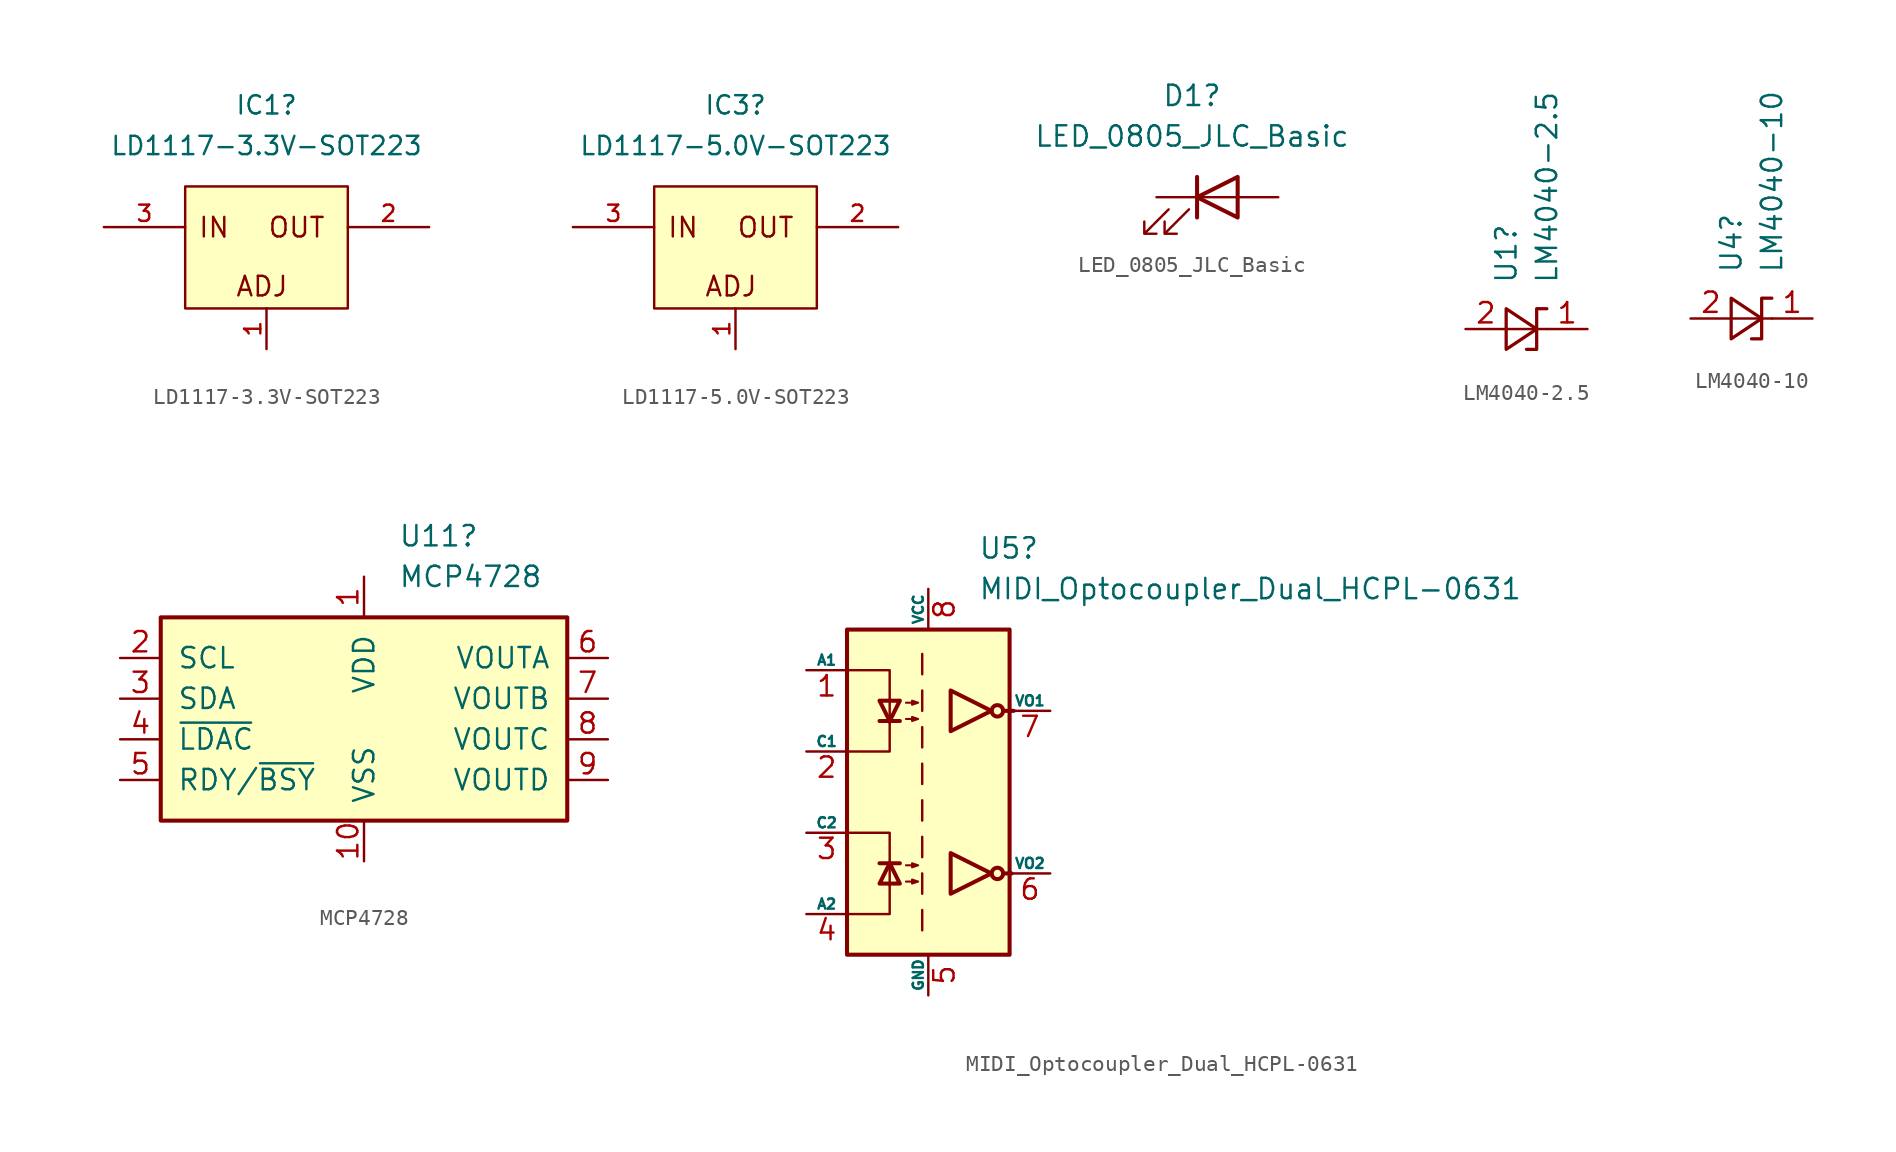
<source format=kicad_sym>
(kicad_symbol_lib
  (version 20241209)
  (generator "kicad_symbol_editor")
  (generator_version "9.0")
  (symbol "LD1117-3.3V-SOT223"
    (pin_names
      (offset 1.016)
      (hide yes))
    (property "Reference" "IC1"
      (at 0 8.89 0)
      (effects (font (size 1.143 1.143))))
    (property "Value" "LD1117-3.3V-SOT223"
      (at 0 6.35 0)
      (effects (font (size 1.143 1.143))))
    (symbol "LD1117-3.3V-SOT223_1_0"
      (rectangle (start -5.08 3.81) (end 5.08 -3.81) (stroke (width 0) (type default)) (fill (type background)))
      (text "IN" (at -3.277 1.245 0) (effects (font (size 1.219 1.219))))
      (text "ADJ" (at -0.279 -2.438 0) (effects (font (size 1.219 1.219))))
      (text "OUT" (at 1.88 1.245 0) (effects (font (size 1.219 1.219)))))
    (symbol "LD1117-3.3V-SOT223_1_1"
      (pin input line (at -10.16 1.27 0) (length 5.08) (name "IN" (effects (font (size 1.016 1.016)))) (number "3" (effects (font (size 1.016 1.016)))))
      (pin input line (at 0 -6.35 90) (length 2.54) (name "ADJ" (effects (font (size 1.016 1.016)))) (number "1" (effects (font (size 1.016 1.016)))))
      (pin passive line (at 10.16 1.27 180) (length 5.08) (name "OUT" (effects (font (size 1.016 1.016)))) (number "2" (effects (font (size 1.016 1.016)))))))
  (symbol "LD1117-5.0V-SOT223"
    (pin_names
      (offset 1.016)
      (hide yes))
    (property "Reference" "IC3"
      (at 0 8.89 0)
      (effects (font (size 1.143 1.143))))
    (property "Value" "LD1117-5.0V-SOT223"
      (at 0 6.35 0)
      (effects (font (size 1.143 1.143))))
    (symbol "LD1117-5.0V-SOT223_1_0"
      (rectangle (start -5.08 3.81) (end 5.08 -3.81) (stroke (width 0) (type default)) (fill (type background)))
      (text "IN" (at -3.277 1.245 0) (effects (font (size 1.219 1.219))))
      (text "ADJ" (at -0.279 -2.438 0) (effects (font (size 1.219 1.219))))
      (text "OUT" (at 1.88 1.245 0) (effects (font (size 1.219 1.219)))))
    (symbol "LD1117-5.0V-SOT223_1_1"
      (pin input line (at -10.16 1.27 0) (length 5.08) (name "IN" (effects (font (size 1.016 1.016)))) (number "3" (effects (font (size 1.016 1.016)))))
      (pin input line (at 0 -6.35 90) (length 2.54) (name "ADJ" (effects (font (size 1.016 1.016)))) (number "1" (effects (font (size 1.016 1.016)))))
      (pin passive line (at 10.16 1.27 180) (length 5.08) (name "OUT" (effects (font (size 1.016 1.016)))) (number "2" (effects (font (size 1.016 1.016)))))))
  (symbol "LED_0805_JLC_Basic"
    (pin_numbers
      (hide yes))
    (pin_names
      (offset 1.016)
      (hide yes))
    (property "Reference" "D1"
      (at -1.587 6.35 0)
      (effects (font (size 1.27 1.27))))
    (property "Value" "LED_0805_JLC_Basic"
      (at -1.587 3.81 0)
      (effects (font (size 1.27 1.27))))
    (symbol "LED_0805_JLC_Basic_0_1"
      (polyline (pts (xy -3.048 -0.762) (xy -4.572 -2.286) (xy -3.81 -2.286) (xy -4.572 -2.286) (xy -4.572 -1.524)) (stroke (width 0) (type default)) (fill (type none)))
      (polyline (pts (xy -1.778 -0.762) (xy -3.302 -2.286) (xy -2.54 -2.286) (xy -3.302 -2.286) (xy -3.302 -1.524)) (stroke (width 0) (type default)) (fill (type none)))
      (polyline (pts (xy -1.27 0) (xy 1.27 0)) (stroke (width 0) (type default)) (fill (type none)))
      (polyline (pts (xy -1.27 -1.27) (xy -1.27 1.27)) (stroke (width 0.254) (type default)) (fill (type none)))
      (polyline (pts (xy 1.27 -1.27) (xy 1.27 1.27) (xy -1.27 0) (xy 1.27 -1.27)) (stroke (width 0.254) (type default)) (fill (type none))))
    (symbol "LED_0805_JLC_Basic_1_1"
      (pin passive line (at -3.81 0 0) (length 2.54) (name "K" (effects (font (size 1.27 1.27)))) (number "1" (effects (font (size 1.27 1.27)))))
      (pin passive line (at 3.81 0 180) (length 2.54) (name "A" (effects (font (size 1.27 1.27)))) (number "2" (effects (font (size 1.27 1.27)))))))
  (symbol "LM4040-2.5"
    (pin_names
      (offset 0.025)
      (hide yes))
    (property "Reference" "U1"
      (at -1.27 2.794 90)
      (effects (font (size 1.27 1.27)) (justify left)))
    (property "Value" "LM4040-2.5"
      (at 1.27 2.794 90)
      (effects (font (size 1.27 1.27)) (justify left)))
    (symbol "LM4040-2.5_0_0"
      (pin no_connect line (at 2.54 5.08 180) (length 2.54) (hide yes) (name "NC" (effects (font (size 1.27 1.27)))) (number "3" (effects (font (size 1.27 1.27))))))
    (symbol "LM4040-2.5_0_1"
      (polyline (pts (xy -1.27 0) (xy 0 0) (xy 1.27 0)) (stroke (width 0) (type default)) (fill (type none)))
      (polyline (pts (xy -1.27 -1.27) (xy 0.635 0) (xy -1.27 1.27) (xy -1.27 -1.27)) (stroke (width 0.203) (type default)) (fill (type none)))
      (polyline (pts (xy 0 -1.27) (xy 0.635 -1.27) (xy 0.635 1.27) (xy 1.27 1.27)) (stroke (width 0.203) (type default)) (fill (type none))))
    (symbol "LM4040-2.5_1_1"
      (pin passive line (at -3.81 0 0) (length 2.54) (name "A" (effects (font (size 1.27 1.27)))) (number "2" (effects (font (size 1.27 1.27)))))
      (pin passive line (at 3.81 0 180) (length 2.54) (name "K" (effects (font (size 1.27 1.27)))) (number "1" (effects (font (size 1.27 1.27)))))))
  (symbol "LM4040-10"
    (pin_names
      (offset 0.025)
      (hide yes))
    (property "Reference" "U4"
      (at -1.27 2.794 90)
      (effects (font (size 1.27 1.27)) (justify left)))
    (property "Value" "LM4040-10"
      (at 1.27 2.794 90)
      (effects (font (size 1.27 1.27)) (justify left)))
    (symbol "LM4040-10_0_1"
      (polyline (pts (xy -1.27 0) (xy 0 0) (xy 1.27 0)) (stroke (width 0) (type default)) (fill (type none)))
      (polyline (pts (xy -1.27 -1.27) (xy 0.635 0) (xy -1.27 1.27) (xy -1.27 -1.27)) (stroke (width 0.203) (type default)) (fill (type none)))
      (polyline (pts (xy 0 -1.27) (xy 0.635 -1.27) (xy 0.635 1.27) (xy 1.27 1.27)) (stroke (width 0.203) (type default)) (fill (type none))))
    (symbol "LM4040-10_1_1"
      (pin passive line (at -3.81 0 0) (length 2.54) (name "A" (effects (font (size 1.27 1.27)))) (number "2" (effects (font (size 1.27 1.27)))))
      (pin passive line (at 3.81 0 180) (length 2.54) (name "K" (effects (font (size 1.27 1.27)))) (number "1" (effects (font (size 1.27 1.27)))))))
  (symbol "MCP4728"
    (pin_names
      (offset 1.016))
    (property "Reference" "U11"
      (at 2.143 10.16 0)
      (effects (font (size 1.27 1.27)) (justify left)))
    (property "Value" "MCP4728"
      (at 2.143 7.62 0)
      (effects (font (size 1.27 1.27)) (justify left)))
    (symbol "MCP4728_0_1"
      (rectangle (start -12.7 5.08) (end 12.7 -7.62) (stroke (width 0.254) (type default)) (fill (type background))))
    (symbol "MCP4728_1_1"
      (pin input line (at -15.24 2.54 0) (length 2.54) (name "SCL" (effects (font (size 1.27 1.27)))) (number "2" (effects (font (size 1.27 1.27)))))
      (pin bidirectional line (at -15.24 0 0) (length 2.54) (name "SDA" (effects (font (size 1.27 1.27)))) (number "3" (effects (font (size 1.27 1.27)))))
      (pin input line (at -15.24 -2.54 0) (length 2.54) (name "~{LDAC}" (effects (font (size 1.27 1.27)))) (number "4" (effects (font (size 1.27 1.27)))))
      (pin output line (at -15.24 -5.08 0) (length 2.54) (name "RDY/~{BSY}" (effects (font (size 1.27 1.27)))) (number "5" (effects (font (size 1.27 1.27)))))
      (pin power_in line (at 0 7.62 270) (length 2.54) (name "VDD" (effects (font (size 1.27 1.27)))) (number "1" (effects (font (size 1.27 1.27)))))
      (pin power_in line (at 0 -10.16 90) (length 2.54) (name "VSS" (effects (font (size 1.27 1.27)))) (number "10" (effects (font (size 1.27 1.27)))))
      (pin output line (at 15.24 2.54 180) (length 2.54) (name "VOUTA" (effects (font (size 1.27 1.27)))) (number "6" (effects (font (size 1.27 1.27)))))
      (pin output line (at 15.24 0 180) (length 2.54) (name "VOUTB" (effects (font (size 1.27 1.27)))) (number "7" (effects (font (size 1.27 1.27)))))
      (pin output line (at 15.24 -2.54 180) (length 2.54) (name "VOUTC" (effects (font (size 1.27 1.27)))) (number "8" (effects (font (size 1.27 1.27)))))
      (pin output line (at 15.24 -5.08 180) (length 2.54) (name "VOUTD" (effects (font (size 1.27 1.27)))) (number "9" (effects (font (size 1.27 1.27)))))))
  (symbol "MIDI_Optocoupler_Dual_HCPL-0631"
    (pin_names
      (offset 0))
    (property "Reference" "U5"
      (at 3.118 15.24 0)
      (effects (font (size 1.27 1.27)) (justify left)))
    (property "Value" "MIDI_Optocoupler_Dual_HCPL-0631"
      (at 3.118 12.7 0)
      (effects (font (size 1.27 1.27)) (justify left)))
    (symbol "MIDI_Optocoupler_Dual_HCPL-0631_0_1"
      (rectangle (start -5.08 10.16) (end 5.08 -10.16) (stroke (width 0.254) (type default)) (fill (type background))))
    (symbol "MIDI_Optocoupler_Dual_HCPL-0631_1_1"
      (polyline (pts (xy -4.953 7.62) (xy -2.413 7.62) (xy -2.413 4.318)) (stroke (width 0) (type default)) (fill (type none)))
      (polyline (pts (xy -4.953 -7.62) (xy -2.413 -7.62) (xy -2.413 -5.715)) (stroke (width 0) (type default)) (fill (type none)))
      (polyline (pts (xy -3.048 4.445) (xy -1.778 4.445)) (stroke (width 0.254) (type default)) (fill (type none)))
      (polyline (pts (xy -3.048 -4.445) (xy -1.778 -4.445)) (stroke (width 0.254) (type default)) (fill (type none)))
      (polyline (pts (xy -2.413 4.445) (xy -2.413 2.54) (xy -4.953 2.54)) (stroke (width 0) (type default)) (fill (type none)))
      (polyline (pts (xy -2.413 4.445) (xy -3.048 5.715) (xy -1.778 5.715) (xy -2.413 4.445)) (stroke (width 0.254) (type default)) (fill (type none)))
      (polyline (pts (xy -2.413 -4.445) (xy -3.048 -5.715) (xy -1.778 -5.715) (xy -2.413 -4.445)) (stroke (width 0.254) (type default)) (fill (type none)))
      (polyline (pts (xy -2.413 -5.842) (xy -2.413 -2.54) (xy -4.953 -2.54)) (stroke (width 0) (type default)) (fill (type none)))
      (polyline (pts (xy -1.397 5.588) (xy -0.635 5.588) (xy -1.016 5.461) (xy -1.016 5.715) (xy -0.635 5.588)) (stroke (width 0.127) (type default)) (fill (type none)))
      (polyline (pts (xy -1.397 4.572) (xy -0.635 4.572) (xy -1.016 4.445) (xy -1.016 4.699) (xy -0.635 4.572)) (stroke (width 0.127) (type default)) (fill (type none)))
      (polyline (pts (xy -1.397 -4.572) (xy -0.635 -4.572) (xy -1.016 -4.699) (xy -1.016 -4.445) (xy -0.635 -4.572)) (stroke (width 0.127) (type default)) (fill (type none)))
      (polyline (pts (xy -1.397 -5.588) (xy -0.635 -5.588) (xy -1.016 -5.715) (xy -1.016 -5.461) (xy -0.635 -5.588)) (stroke (width 0.127) (type default)) (fill (type none)))
      (polyline (pts (xy -0.381 8.636) (xy -0.381 7.366)) (stroke (width 0) (type default)) (fill (type none)))
      (polyline (pts (xy -0.381 6.35) (xy -0.381 5.08)) (stroke (width 0) (type default)) (fill (type none)))
      (polyline (pts (xy -0.381 4.064) (xy -0.381 2.794)) (stroke (width 0) (type default)) (fill (type none)))
      (polyline (pts (xy -0.381 1.778) (xy -0.381 0.508)) (stroke (width 0) (type default)) (fill (type none)))
      (polyline (pts (xy -0.381 -0.508) (xy -0.381 -1.778)) (stroke (width 0) (type default)) (fill (type none)))
      (polyline (pts (xy -0.381 -2.794) (xy -0.381 -4.064)) (stroke (width 0) (type default)) (fill (type none)))
      (polyline (pts (xy -0.381 -5.08) (xy -0.381 -6.35)) (stroke (width 0) (type default)) (fill (type none)))
      (polyline (pts (xy -0.381 -7.366) (xy -0.381 -8.636)) (stroke (width 0) (type default)) (fill (type none)))
      (polyline (pts (xy 3.937 5.08) (xy 1.397 6.35) (xy 1.397 3.81) (xy 3.937 5.08)) (stroke (width 0.254) (type default)) (fill (type none)))
      (polyline (pts (xy 3.937 -5.08) (xy 1.397 -3.81) (xy 1.397 -6.35) (xy 3.937 -5.08)) (stroke (width 0.254) (type default)) (fill (type none)))
      (circle (center 4.318 5.08) (radius 0.356) (stroke (width 0.254) (type default)) (fill (type none)))
      (circle (center 4.318 -5.08) (radius 0.356) (stroke (width 0.254) (type default)) (fill (type none)))
      (polyline (pts (xy 4.699 5.08) (xy 5.334 5.08)) (stroke (width 0.254) (type default)) (fill (type none)))
      (polyline (pts (xy 4.699 -5.08) (xy 5.207 -5.08)) (stroke (width 0.254) (type default)) (fill (type none)))
      (pin passive line (at -7.62 7.62 0) (length 2.54) (name "A1" (effects (font (size 0.635 0.635)))) (number "1" (effects (font (size 1.27 1.27)))))
      (pin passive line (at -7.62 2.54 0) (length 2.54) (name "C1" (effects (font (size 0.635 0.635)))) (number "2" (effects (font (size 1.27 1.27)))))
      (pin passive line (at -7.62 -2.54 0) (length 2.54) (name "C2" (effects (font (size 0.635 0.635)))) (number "3" (effects (font (size 1.27 1.27)))))
      (pin passive line (at -7.62 -7.62 0) (length 2.54) (name "A2" (effects (font (size 0.635 0.635)))) (number "4" (effects (font (size 1.27 1.27)))))
      (pin power_in line (at 0 12.7 270) (length 2.54) (name "VCC" (effects (font (size 0.635 0.635)))) (number "8" (effects (font (size 1.27 1.27)))))
      (pin power_in line (at 0 -12.7 90) (length 2.54) (name "GND" (effects (font (size 0.635 0.635)))) (number "5" (effects (font (size 1.27 1.27)))))
      (pin open_collector line (at 7.62 5.08 180) (length 2.54) (name "VO1" (effects (font (size 0.635 0.635)))) (number "7" (effects (font (size 1.27 1.27)))))
      (pin open_collector line (at 7.62 -5.08 180) (length 2.54) (name "VO2" (effects (font (size 0.635 0.635)))) (number "6" (effects (font (size 1.27 1.27))))))))
</source>
